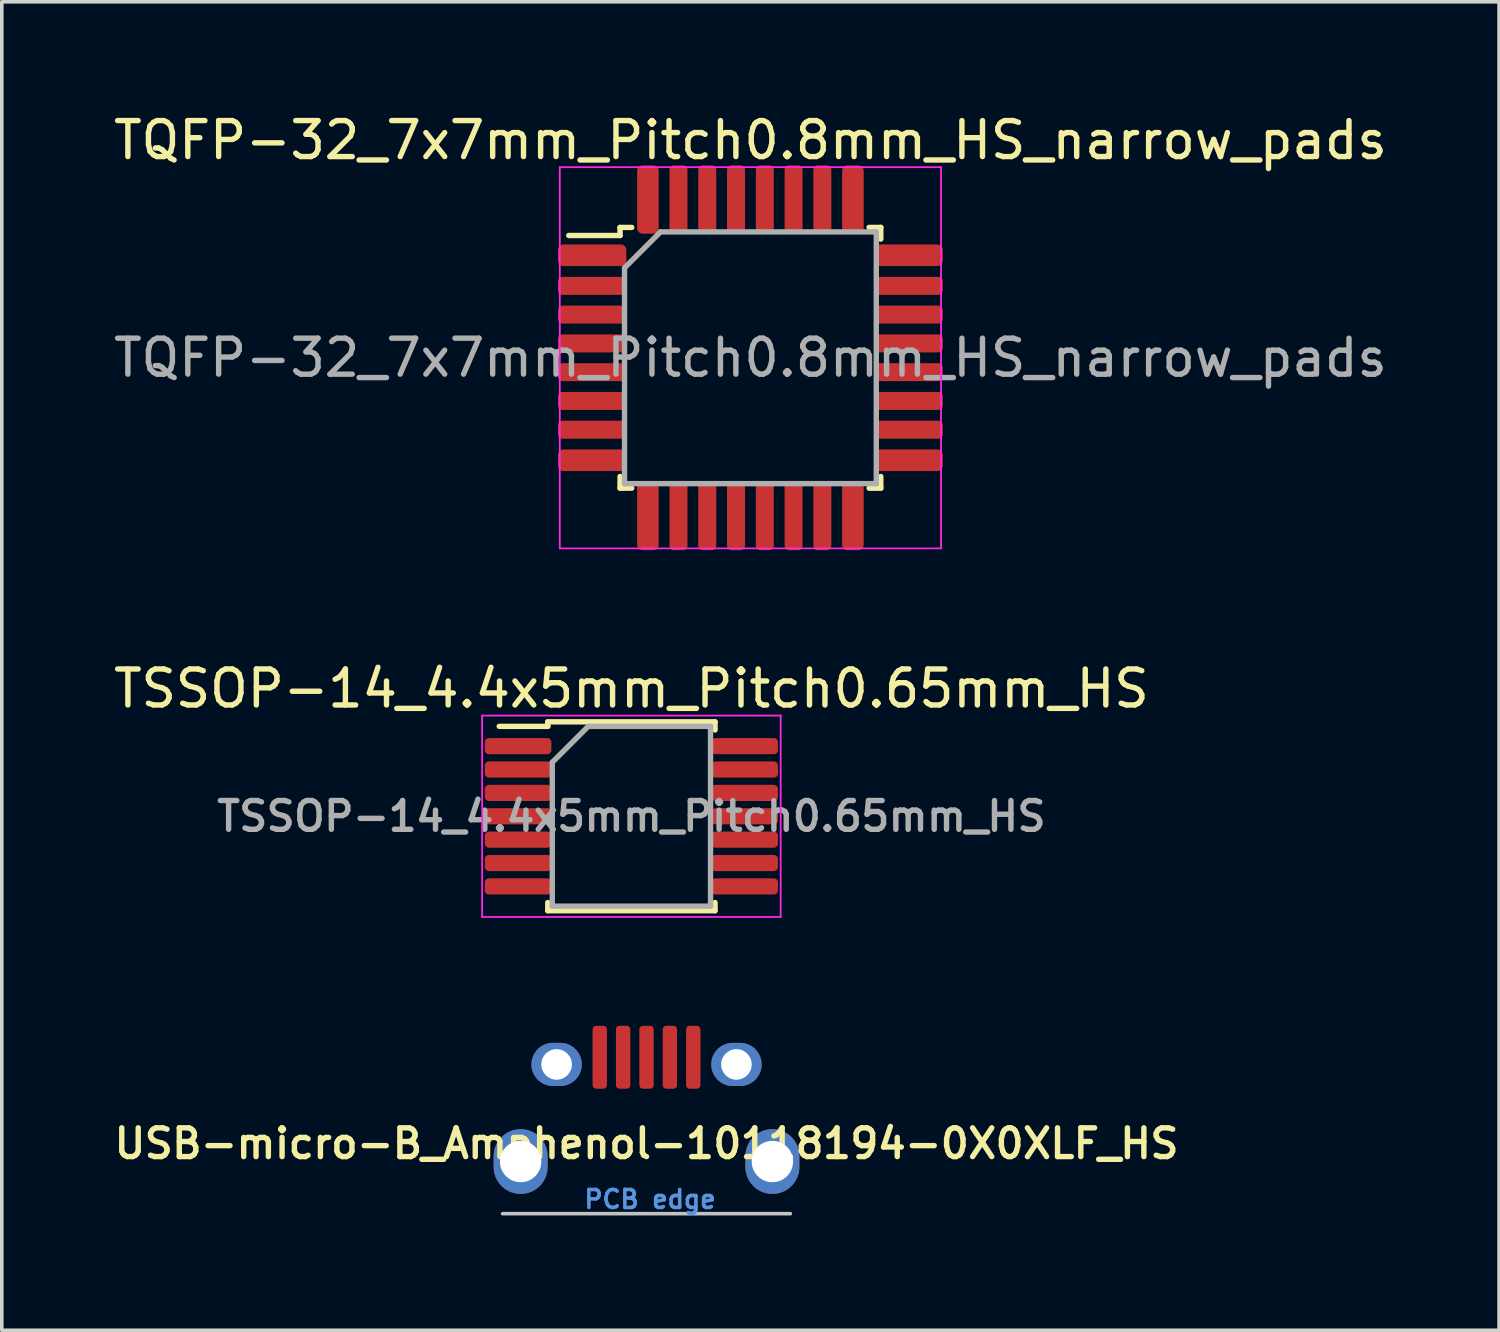
<source format=kicad_pcb>
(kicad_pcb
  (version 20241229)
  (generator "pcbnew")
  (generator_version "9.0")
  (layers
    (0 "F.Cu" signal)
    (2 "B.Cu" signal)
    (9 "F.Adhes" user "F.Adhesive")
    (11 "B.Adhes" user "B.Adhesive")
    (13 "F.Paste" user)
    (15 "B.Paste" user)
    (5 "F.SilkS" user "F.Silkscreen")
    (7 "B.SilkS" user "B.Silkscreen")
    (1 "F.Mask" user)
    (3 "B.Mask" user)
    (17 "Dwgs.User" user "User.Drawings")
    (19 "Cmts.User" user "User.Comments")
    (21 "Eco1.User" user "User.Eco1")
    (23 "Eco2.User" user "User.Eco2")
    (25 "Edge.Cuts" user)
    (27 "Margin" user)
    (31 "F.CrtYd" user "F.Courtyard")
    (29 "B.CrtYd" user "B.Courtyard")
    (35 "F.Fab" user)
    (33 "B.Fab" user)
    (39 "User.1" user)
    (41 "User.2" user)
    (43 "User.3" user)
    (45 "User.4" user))
  (footprint "TQFP-32_7x7mm_Pitch0.8mm_HS_narrow_pads"
    (layer "F.Cu")
    (at 17.815 6.898)
    (property "Reference" "TQFP-32_7x7mm_Pitch0.8mm_HS_narrow_pads" (at 0 -6.05 0) (layer "F.SilkS") (effects (font (size 1 1) (thickness 0.15))))
    (attr smd)
    (fp_line (start -3.625 -3.625) (end -3.625 -3.4) (stroke (width 0.15) (type solid)) (layer "F.SilkS"))
    (fp_line (start -3.625 -3.625) (end -3.3 -3.625) (stroke (width 0.15) (type solid)) (layer "F.SilkS"))
    (fp_line (start -3.625 -3.4) (end -5.05 -3.4) (stroke (width 0.15) (type solid)) (layer "F.SilkS"))
    (fp_line (start -3.625 3.625) (end -3.625 3.3) (stroke (width 0.15) (type solid)) (layer "F.SilkS"))
    (fp_line (start -3.625 3.625) (end -3.3 3.625) (stroke (width 0.15) (type solid)) (layer "F.SilkS"))
    (fp_line (start 3.625 -3.625) (end 3.3 -3.625) (stroke (width 0.15) (type solid)) (layer "F.SilkS"))
    (fp_line (start 3.625 -3.625) (end 3.625 -3.3) (stroke (width 0.15) (type solid)) (layer "F.SilkS"))
    (fp_line (start 3.625 3.625) (end 3.3 3.625) (stroke (width 0.15) (type solid)) (layer "F.SilkS"))
    (fp_line (start 3.625 3.625) (end 3.625 3.3) (stroke (width 0.15) (type solid)) (layer "F.SilkS"))
    (fp_line (start -5.3 -5.3) (end -5.3 5.3) (stroke (width 0.05) (type solid)) (layer "F.CrtYd"))
    (fp_line (start -5.3 -5.3) (end 5.3 -5.3) (stroke (width 0.05) (type solid)) (layer "F.CrtYd"))
    (fp_line (start -5.3 5.3) (end 5.3 5.3) (stroke (width 0.05) (type solid)) (layer "F.CrtYd"))
    (fp_line (start 5.3 -5.3) (end 5.3 5.3) (stroke (width 0.05) (type solid)) (layer "F.CrtYd"))
    (fp_line (start -3.5 -2.5) (end -2.5 -3.5) (stroke (width 0.15) (type solid)) (layer "F.Fab"))
    (fp_line (start -3.5 3.5) (end -3.5 -2.5) (stroke (width 0.15) (type solid)) (layer "F.Fab"))
    (fp_line (start -2.5 -3.5) (end 3.5 -3.5) (stroke (width 0.15) (type solid)) (layer "F.Fab"))
    (fp_line (start 3.5 -3.5) (end 3.5 3.5) (stroke (width 0.15) (type solid)) (layer "F.Fab"))
    (fp_line (start 3.5 3.5) (end -3.5 3.5) (stroke (width 0.15) (type solid)) (layer "F.Fab"))
    (fp_text user "${REFERENCE}" (at 0 0 0) (layer "F.Fab") (effects (font (size 1 1) (thickness 0.15))))
    (pad "1" smd roundrect (at -4.4 -2.85) (size 1.9 0.6) (layers "F.Cu" "F.Mask" "F.Paste") (roundrect_rratio 0.25))
    (pad "2" smd roundrect (at -4.4 -2) (size 1.9 0.5) (layers "F.Cu" "F.Mask" "F.Paste") (roundrect_rratio 0.25))
    (pad "3" smd roundrect (at -4.4 -1.2) (size 1.9 0.5) (layers "F.Cu" "F.Mask" "F.Paste") (roundrect_rratio 0.25))
    (pad "4" smd roundrect (at -4.4 -0.4) (size 1.9 0.5) (layers "F.Cu" "F.Mask" "F.Paste") (roundrect_rratio 0.25))
    (pad "5" smd roundrect (at -4.4 0.4) (size 1.9 0.5) (layers "F.Cu" "F.Mask" "F.Paste") (roundrect_rratio 0.25))
    (pad "6" smd roundrect (at -4.4 1.2) (size 1.9 0.5) (layers "F.Cu" "F.Mask" "F.Paste") (roundrect_rratio 0.25))
    (pad "7" smd roundrect (at -4.4 2) (size 1.9 0.5) (layers "F.Cu" "F.Mask" "F.Paste") (roundrect_rratio 0.25))
    (pad "8" smd roundrect (at -4.4 2.85) (size 1.9 0.6) (layers "F.Cu" "F.Mask" "F.Paste") (roundrect_rratio 0.25))
    (pad "9" smd roundrect (at -2.85 4.4 90) (size 1.9 0.6) (layers "F.Cu" "F.Mask" "F.Paste") (roundrect_rratio 0.25))
    (pad "10" smd roundrect (at -2 4.4 90) (size 1.9 0.5) (layers "F.Cu" "F.Mask" "F.Paste") (roundrect_rratio 0.25))
    (pad "11" smd roundrect (at -1.2 4.4 90) (size 1.9 0.5) (layers "F.Cu" "F.Mask" "F.Paste") (roundrect_rratio 0.25))
    (pad "12" smd roundrect (at -0.4 4.4 90) (size 1.9 0.5) (layers "F.Cu" "F.Mask" "F.Paste") (roundrect_rratio 0.25))
    (pad "13" smd roundrect (at 0.4 4.4 90) (size 1.9 0.5) (layers "F.Cu" "F.Mask" "F.Paste") (roundrect_rratio 0.25))
    (pad "14" smd roundrect (at 1.2 4.4 90) (size 1.9 0.5) (layers "F.Cu" "F.Mask" "F.Paste") (roundrect_rratio 0.25))
    (pad "15" smd roundrect (at 2 4.4 90) (size 1.9 0.5) (layers "F.Cu" "F.Mask" "F.Paste") (roundrect_rratio 0.25))
    (pad "16" smd roundrect (at 2.85 4.4 90) (size 1.9 0.6) (layers "F.Cu" "F.Mask" "F.Paste") (roundrect_rratio 0.25))
    (pad "17" smd roundrect (at 4.4 2.85) (size 1.9 0.6) (layers "F.Cu" "F.Mask" "F.Paste") (roundrect_rratio 0.25))
    (pad "18" smd roundrect (at 4.4 2) (size 1.9 0.5) (layers "F.Cu" "F.Mask" "F.Paste") (roundrect_rratio 0.25))
    (pad "19" smd roundrect (at 4.4 1.2) (size 1.9 0.5) (layers "F.Cu" "F.Mask" "F.Paste") (roundrect_rratio 0.25))
    (pad "20" smd roundrect (at 4.4 0.4) (size 1.9 0.5) (layers "F.Cu" "F.Mask" "F.Paste") (roundrect_rratio 0.25))
    (pad "21" smd roundrect (at 4.4 -0.4) (size 1.9 0.5) (layers "F.Cu" "F.Mask" "F.Paste") (roundrect_rratio 0.25))
    (pad "22" smd roundrect (at 4.4 -1.2) (size 1.9 0.5) (layers "F.Cu" "F.Mask" "F.Paste") (roundrect_rratio 0.25))
    (pad "23" smd roundrect (at 4.4 -2) (size 1.9 0.5) (layers "F.Cu" "F.Mask" "F.Paste") (roundrect_rratio 0.25))
    (pad "24" smd roundrect (at 4.4 -2.85) (size 1.9 0.6) (layers "F.Cu" "F.Mask" "F.Paste") (roundrect_rratio 0.25))
    (pad "25" smd roundrect (at 2.85 -4.4 90) (size 1.9 0.6) (layers "F.Cu" "F.Mask" "F.Paste") (roundrect_rratio 0.25))
    (pad "26" smd roundrect (at 2 -4.4 90) (size 1.9 0.5) (layers "F.Cu" "F.Mask" "F.Paste") (roundrect_rratio 0.25))
    (pad "27" smd roundrect (at 1.2 -4.4 90) (size 1.9 0.5) (layers "F.Cu" "F.Mask" "F.Paste") (roundrect_rratio 0.25))
    (pad "28" smd roundrect (at 0.4 -4.4 90) (size 1.9 0.5) (layers "F.Cu" "F.Mask" "F.Paste") (roundrect_rratio 0.25))
    (pad "29" smd roundrect (at -0.4 -4.4 90) (size 1.9 0.5) (layers "F.Cu" "F.Mask" "F.Paste") (roundrect_rratio 0.25))
    (pad "30" smd roundrect (at -1.2 -4.4 90) (size 1.9 0.5) (layers "F.Cu" "F.Mask" "F.Paste") (roundrect_rratio 0.25))
    (pad "31" smd roundrect (at -2 -4.4 90) (size 1.9 0.5) (layers "F.Cu" "F.Mask" "F.Paste") (roundrect_rratio 0.25))
    (pad "32" smd roundrect (at -2.85 -4.4 90) (size 1.9 0.6) (layers "F.Cu" "F.Mask" "F.Paste") (roundrect_rratio 0.25)))
  (footprint "TSSOP-14_4.4x5mm_Pitch0.65mm_HS"
    (layer "F.Cu")
    (at 14.506 19.646)
    (property "Reference" "TSSOP-14_4.4x5mm_Pitch0.65mm_HS" (at 0 -3.55 0) (layer "F.SilkS") (effects (font (size 1 1) (thickness 0.15))))
    (attr smd)
    (fp_line (start -2.325 -2.625) (end -2.325 -2.5) (stroke (width 0.15) (type solid)) (layer "F.SilkS"))
    (fp_line (start -2.325 -2.625) (end 2.325 -2.625) (stroke (width 0.15) (type solid)) (layer "F.SilkS"))
    (fp_line (start -2.325 -2.5) (end -3.675 -2.5) (stroke (width 0.15) (type solid)) (layer "F.SilkS"))
    (fp_line (start -2.325 2.625) (end -2.325 2.4) (stroke (width 0.15) (type solid)) (layer "F.SilkS"))
    (fp_line (start -2.325 2.625) (end 2.325 2.625) (stroke (width 0.15) (type solid)) (layer "F.SilkS"))
    (fp_line (start 2.325 -2.625) (end 2.325 -2.4) (stroke (width 0.15) (type solid)) (layer "F.SilkS"))
    (fp_line (start 2.325 2.625) (end 2.325 2.4) (stroke (width 0.15) (type solid)) (layer "F.SilkS"))
    (fp_line (start -4.15 -2.8) (end -4.15 2.8) (stroke (width 0.05) (type solid)) (layer "F.CrtYd"))
    (fp_line (start -4.15 -2.8) (end 4.15 -2.8) (stroke (width 0.05) (type solid)) (layer "F.CrtYd"))
    (fp_line (start -4.15 2.8) (end 4.15 2.8) (stroke (width 0.05) (type solid)) (layer "F.CrtYd"))
    (fp_line (start 4.15 -2.8) (end 4.15 2.8) (stroke (width 0.05) (type solid)) (layer "F.CrtYd"))
    (fp_line (start -2.2 -1.5) (end -1.2 -2.5) (stroke (width 0.15) (type solid)) (layer "F.Fab"))
    (fp_line (start -2.2 2.5) (end -2.2 -1.5) (stroke (width 0.15) (type solid)) (layer "F.Fab"))
    (fp_line (start -1.2 -2.5) (end 2.2 -2.5) (stroke (width 0.15) (type solid)) (layer "F.Fab"))
    (fp_line (start 2.2 -2.5) (end 2.2 2.5) (stroke (width 0.15) (type solid)) (layer "F.Fab"))
    (fp_line (start 2.2 2.5) (end -2.2 2.5) (stroke (width 0.15) (type solid)) (layer "F.Fab"))
    (fp_text user "${REFERENCE}" (at 0 0 0) (layer "F.Fab") (effects (font (size 0.8 0.8) (thickness 0.15))))
    (pad "1" smd roundrect (at -3.15 -1.95) (size 1.85 0.45) (layers "F.Cu" "F.Mask" "F.Paste") (roundrect_rratio 0.25))
    (pad "2" smd roundrect (at -3.15 -1.3) (size 1.85 0.45) (layers "F.Cu" "F.Mask" "F.Paste") (roundrect_rratio 0.25))
    (pad "3" smd roundrect (at -3.15 -0.65) (size 1.85 0.45) (layers "F.Cu" "F.Mask" "F.Paste") (roundrect_rratio 0.25))
    (pad "4" smd roundrect (at -3.15 0) (size 1.85 0.45) (layers "F.Cu" "F.Mask" "F.Paste") (roundrect_rratio 0.25))
    (pad "5" smd roundrect (at -3.15 0.65) (size 1.85 0.45) (layers "F.Cu" "F.Mask" "F.Paste") (roundrect_rratio 0.25))
    (pad "6" smd roundrect (at -3.15 1.3) (size 1.85 0.45) (layers "F.Cu" "F.Mask" "F.Paste") (roundrect_rratio 0.25))
    (pad "7" smd roundrect (at -3.15 1.95) (size 1.85 0.45) (layers "F.Cu" "F.Mask" "F.Paste") (roundrect_rratio 0.25))
    (pad "8" smd roundrect (at 3.15 1.95) (size 1.85 0.45) (layers "F.Cu" "F.Mask" "F.Paste") (roundrect_rratio 0.25))
    (pad "9" smd roundrect (at 3.15 1.3) (size 1.85 0.45) (layers "F.Cu" "F.Mask" "F.Paste") (roundrect_rratio 0.25))
    (pad "10" smd roundrect (at 3.15 0.65) (size 1.85 0.45) (layers "F.Cu" "F.Mask" "F.Paste") (roundrect_rratio 0.25))
    (pad "11" smd roundrect (at 3.15 0) (size 1.85 0.45) (layers "F.Cu" "F.Mask" "F.Paste") (roundrect_rratio 0.25))
    (pad "12" smd roundrect (at 3.15 -0.65) (size 1.85 0.45) (layers "F.Cu" "F.Mask" "F.Paste") (roundrect_rratio 0.25))
    (pad "13" smd roundrect (at 3.15 -1.3) (size 1.85 0.45) (layers "F.Cu" "F.Mask" "F.Paste") (roundrect_rratio 0.25))
    (pad "14" smd roundrect (at 3.15 -1.95) (size 1.85 0.45) (layers "F.Cu" "F.Mask" "F.Paste") (roundrect_rratio 0.25)))
  (footprint "USB-micro-B_Amphenol-10118194-0X0XLF_HS"
    (layer "F.Cu")
    (at 14.926 30.686)
    (property "Reference" "USB-micro-B_Amphenol-10118194-0X0XLF_HS" (at 0 -1.94 0) (layer "F.SilkS") (effects (font (size 0.8 0.8) (thickness 0.15))))
    (attr through_hole)
    (fp_line (start -4 0.01) (end 4 0.01) (stroke (width 0.1) (type solid)) (layer "Dwgs.User"))
    (fp_text user "PCB edge" (at 0.1 -0.39 0) (layer "Cmts.User") (effects (font (size 0.5 0.5) (thickness 0.1))))
    (pad "1" smd roundrect (at -1.3 -4.34) (size 0.4 1.75) (layers "F.Cu" "F.Mask" "F.Paste") (roundrect_rratio 0.25))
    (pad "2" smd roundrect (at -0.65 -4.34) (size 0.4 1.75) (layers "F.Cu" "F.Mask" "F.Paste") (roundrect_rratio 0.25))
    (pad "3" smd roundrect (at 0 -4.34) (size 0.4 1.75) (layers "F.Cu" "F.Mask" "F.Paste") (roundrect_rratio 0.25))
    (pad "4" smd roundrect (at 0.65 -4.34) (size 0.4 1.75) (layers "F.Cu" "F.Mask" "F.Paste") (roundrect_rratio 0.25))
    (pad "5" smd roundrect (at 1.3 -4.34) (size 0.4 1.75) (layers "F.Cu" "F.Mask" "F.Paste") (roundrect_rratio 0.25))
    (pad "6" thru_hole oval (at -3.5 -1.44) (size 1.5 1.8) (drill oval 1.15) (layers "*.Cu" "*.Mask"))
    (pad "6" thru_hole oval (at -2.5 -4.14) (size 1.4 1.2) (drill oval 0.85) (layers "*.Cu" "*.Mask"))
    (pad "6" thru_hole oval (at 2.5 -4.14) (size 1.4 1.2) (drill oval 0.85) (layers "*.Cu" "*.Mask"))
    (pad "6" thru_hole oval (at 3.5 -1.44) (size 1.5 1.8) (drill oval 1.15) (layers "*.Cu" "*.Mask")))
  (gr_rect
    (start -3 -3)
    (end 38.631 33.937)
    (stroke (width 0.1) (type default))
    (fill no)
    (layer "Edge.Cuts")))
</source>
